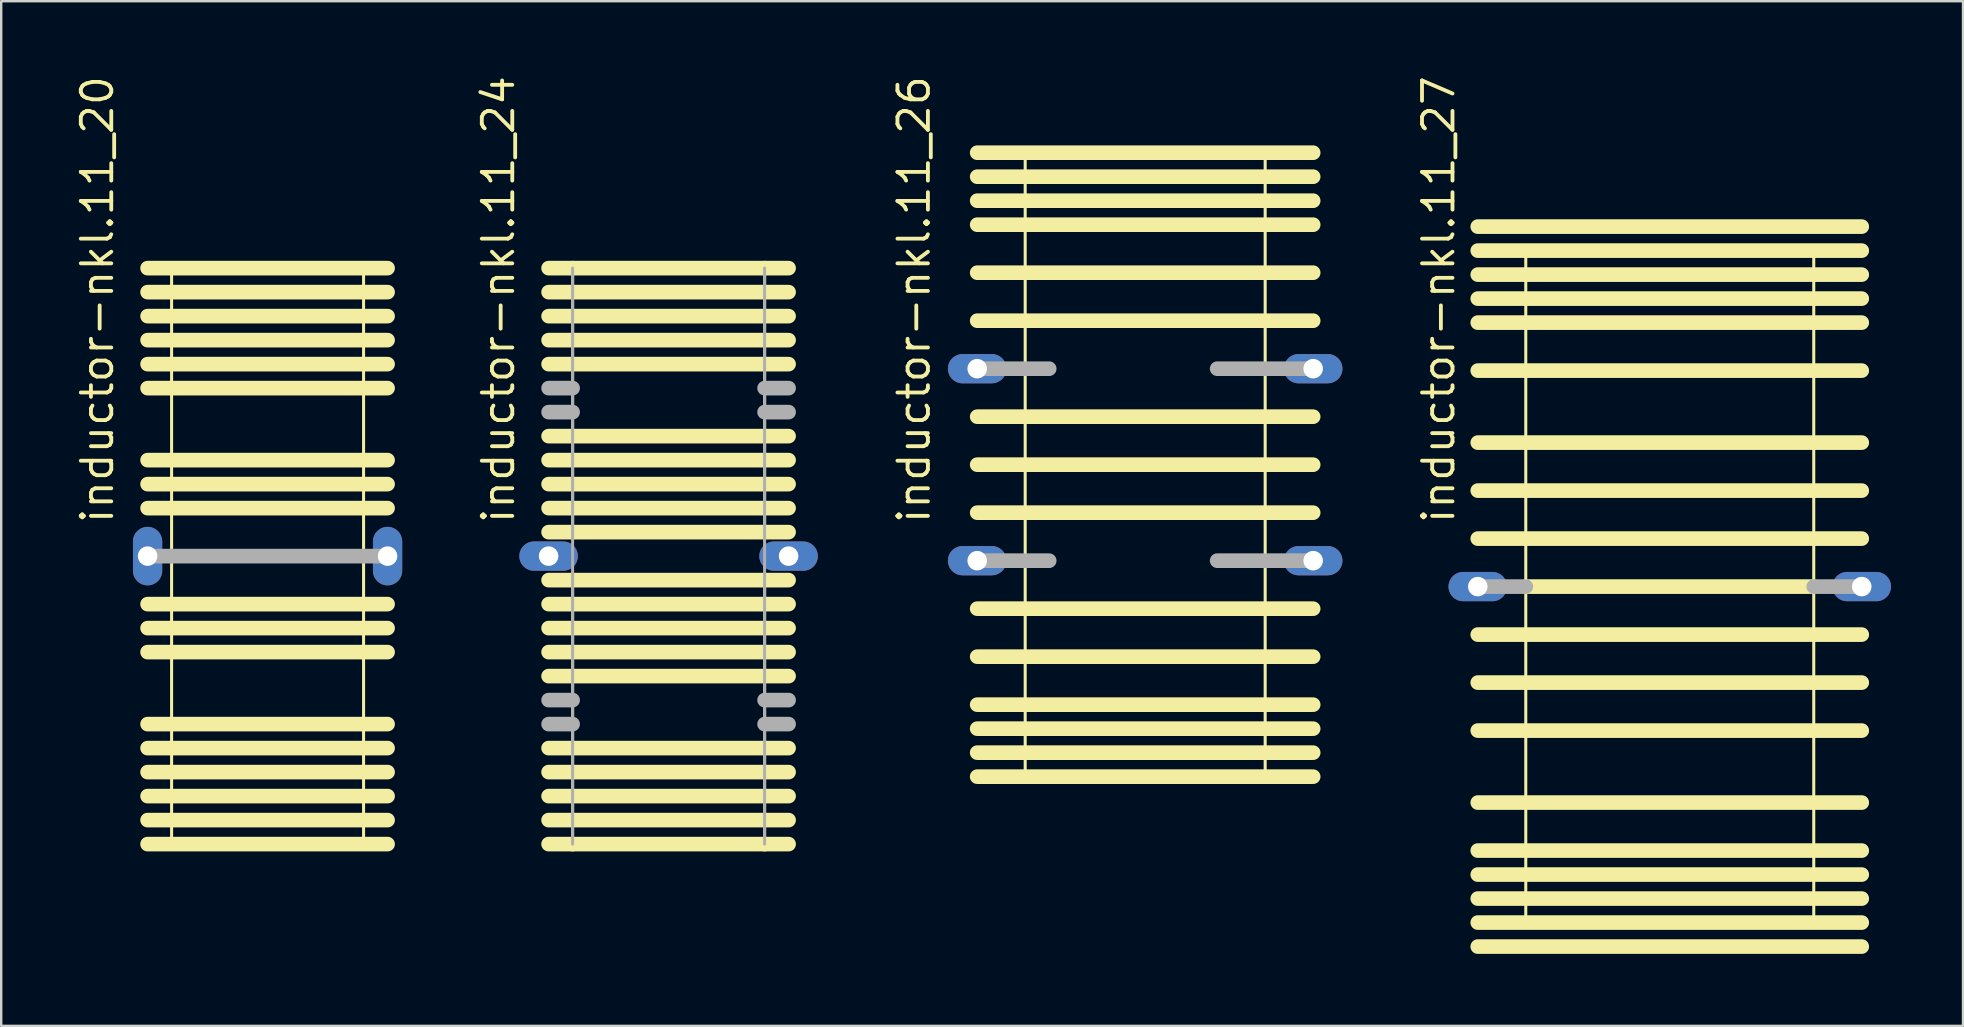
<source format=kicad_pcb>
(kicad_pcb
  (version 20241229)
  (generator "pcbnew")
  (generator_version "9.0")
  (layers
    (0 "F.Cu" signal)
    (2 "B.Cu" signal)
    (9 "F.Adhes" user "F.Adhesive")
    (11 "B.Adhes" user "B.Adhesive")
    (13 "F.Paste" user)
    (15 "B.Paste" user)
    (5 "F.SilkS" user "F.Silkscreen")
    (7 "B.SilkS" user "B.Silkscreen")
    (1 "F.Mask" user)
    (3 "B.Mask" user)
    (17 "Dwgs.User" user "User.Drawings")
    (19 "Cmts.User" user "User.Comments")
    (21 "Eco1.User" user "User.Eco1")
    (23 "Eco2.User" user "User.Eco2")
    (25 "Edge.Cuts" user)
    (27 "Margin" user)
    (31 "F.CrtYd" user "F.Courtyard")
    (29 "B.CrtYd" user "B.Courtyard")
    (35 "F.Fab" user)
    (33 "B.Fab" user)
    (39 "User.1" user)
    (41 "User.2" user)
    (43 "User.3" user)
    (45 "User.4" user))
  (footprint "inductor-nkl.11_26"
    (layer "F.Cu")
    (at 44.669 16.313)
    (property "Reference" "inductor-nkl.11_26" (at -8.89 2.54 90) (layer "F.SilkS") (effects (font (size 1.27 1.27) (thickness 0.16)) (justify left bottom)))
    (attr through_hole)
    (fp_line (start -7 -13) (end 7 -13) (stroke (width 0.61) (type default)) (layer "F.SilkS"))
    (fp_line (start -7 -12) (end 7 -12) (stroke (width 0.61) (type default)) (layer "F.SilkS"))
    (fp_line (start -7 -11) (end 7 -11) (stroke (width 0.61) (type default)) (layer "F.SilkS"))
    (fp_line (start -7 -10) (end 7 -10) (stroke (width 0.61) (type default)) (layer "F.SilkS"))
    (fp_line (start -7 -8) (end 7 -8) (stroke (width 0.61) (type default)) (layer "F.SilkS"))
    (fp_line (start -7 -6) (end 7 -6) (stroke (width 0.61) (type default)) (layer "F.SilkS"))
    (fp_line (start -7 -2) (end 7 -2) (stroke (width 0.61) (type default)) (layer "F.SilkS"))
    (fp_line (start -7 0) (end 7 0) (stroke (width 0.61) (type default)) (layer "F.SilkS"))
    (fp_line (start -7 2) (end 7 2) (stroke (width 0.61) (type default)) (layer "F.SilkS"))
    (fp_line (start -7 6) (end 7 6) (stroke (width 0.61) (type default)) (layer "F.SilkS"))
    (fp_line (start -7 8) (end 7 8) (stroke (width 0.61) (type default)) (layer "F.SilkS"))
    (fp_line (start -7 10) (end 7 10) (stroke (width 0.61) (type default)) (layer "F.SilkS"))
    (fp_line (start -7 11) (end 7 11) (stroke (width 0.61) (type default)) (layer "F.SilkS"))
    (fp_line (start -7 12) (end 7 12) (stroke (width 0.61) (type default)) (layer "F.SilkS"))
    (fp_line (start -7 13) (end 7 13) (stroke (width 0.61) (type default)) (layer "F.SilkS"))
    (fp_line (start -5 -13) (end 5 -13) (stroke (width 0.127) (type default)) (layer "F.SilkS"))
    (fp_line (start -5 13) (end -5 -13) (stroke (width 0.127) (type default)) (layer "F.SilkS"))
    (fp_line (start 5 -13) (end 5 13) (stroke (width 0.127) (type default)) (layer "F.SilkS"))
    (fp_line (start 5 13) (end -5 13) (stroke (width 0.127) (type default)) (layer "F.SilkS"))
    (fp_line (start -7 -4) (end -4 -4) (stroke (width 0.61) (type default)) (layer "F.Fab"))
    (fp_line (start -7 4) (end -4 4) (stroke (width 0.61) (type default)) (layer "F.Fab"))
    (fp_line (start 3 -4) (end 7 -4) (stroke (width 0.61) (type default)) (layer "F.Fab"))
    (fp_line (start 3 4) (end 7 4) (stroke (width 0.61) (type default)) (layer "F.Fab"))
    (pad "1" thru_hole oval (at -7 -4) (size 2.438 1.219) (drill 0.813) (layers "*.Cu" "*.Mask"))
    (pad "2" thru_hole oval (at 7 -4) (size 2.438 1.219) (drill 0.813) (layers "*.Cu" "*.Mask"))
    (pad "3" thru_hole oval (at -7 4) (size 2.438 1.219) (drill 0.813) (layers "*.Cu" "*.Mask"))
    (pad "4" thru_hole oval (at 7 4) (size 2.438 1.219) (drill 0.813) (layers "*.Cu" "*.Mask")))
  (footprint "inductor-nkl.11_24"
    (layer "F.Cu")
    (at 24.81 20.123)
    (property "Reference" "inductor-nkl.11_24" (at -6.35 -1.27 90) (layer "F.SilkS") (effects (font (size 1.27 1.27) (thickness 0.16)) (justify left bottom)))
    (attr through_hole)
    (fp_line (start -5 -12) (end -4 -12) (stroke (width 0.61) (type default)) (layer "F.SilkS"))
    (fp_line (start -5 -11) (end 5 -11) (stroke (width 0.61) (type default)) (layer "F.SilkS"))
    (fp_line (start -5 -10) (end 5 -10) (stroke (width 0.61) (type default)) (layer "F.SilkS"))
    (fp_line (start -5 -9) (end 5 -9) (stroke (width 0.61) (type default)) (layer "F.SilkS"))
    (fp_line (start -5 -8) (end 5 -8) (stroke (width 0.61) (type default)) (layer "F.SilkS"))
    (fp_line (start -5 -5) (end 5 -5) (stroke (width 0.61) (type default)) (layer "F.SilkS"))
    (fp_line (start -5 -4) (end 5 -4) (stroke (width 0.61) (type default)) (layer "F.SilkS"))
    (fp_line (start -5 -3) (end 5 -3) (stroke (width 0.61) (type default)) (layer "F.SilkS"))
    (fp_line (start -5 -2) (end 5 -2) (stroke (width 0.61) (type default)) (layer "F.SilkS"))
    (fp_line (start -5 -1) (end 5 -1) (stroke (width 0.61) (type default)) (layer "F.SilkS"))
    (fp_line (start -5 1) (end 5 1) (stroke (width 0.61) (type default)) (layer "F.SilkS"))
    (fp_line (start -5 2) (end 5 2) (stroke (width 0.61) (type default)) (layer "F.SilkS"))
    (fp_line (start -5 3) (end 5 3) (stroke (width 0.61) (type default)) (layer "F.SilkS"))
    (fp_line (start -5 4) (end 5 4) (stroke (width 0.61) (type default)) (layer "F.SilkS"))
    (fp_line (start -5 5) (end 5 5) (stroke (width 0.61) (type default)) (layer "F.SilkS"))
    (fp_line (start -5 8) (end 5 8) (stroke (width 0.61) (type default)) (layer "F.SilkS"))
    (fp_line (start -5 9) (end 5 9) (stroke (width 0.61) (type default)) (layer "F.SilkS"))
    (fp_line (start -5 10) (end 5 10) (stroke (width 0.61) (type default)) (layer "F.SilkS"))
    (fp_line (start -5 11) (end 5 11) (stroke (width 0.61) (type default)) (layer "F.SilkS"))
    (fp_line (start -5 12) (end -4 12) (stroke (width 0.61) (type default)) (layer "F.SilkS"))
    (fp_line (start -4 -12) (end 4 -12) (stroke (width 0.61) (type default)) (layer "F.SilkS"))
    (fp_line (start -4 -0.7) (end -4 -12) (stroke (width 0.127) (type default)) (layer "F.SilkS"))
    (fp_line (start -4 12) (end -4 0.7) (stroke (width 0.127) (type default)) (layer "F.SilkS"))
    (fp_line (start -4 12) (end 4 12) (stroke (width 0.61) (type default)) (layer "F.SilkS"))
    (fp_line (start 4 -12) (end 4 -0.7) (stroke (width 0.127) (type default)) (layer "F.SilkS"))
    (fp_line (start 4 -12) (end 5 -12) (stroke (width 0.61) (type default)) (layer "F.SilkS"))
    (fp_line (start 4 0.7) (end 4 12) (stroke (width 0.127) (type default)) (layer "F.SilkS"))
    (fp_line (start 4 12) (end 5 12) (stroke (width 0.61) (type default)) (layer "F.SilkS"))
    (fp_line (start -5 -7) (end -4 -7) (stroke (width 0.61) (type default)) (layer "F.Fab"))
    (fp_line (start -5 -6) (end -4 -6) (stroke (width 0.61) (type default)) (layer "F.Fab"))
    (fp_line (start -5 6) (end -4 6) (stroke (width 0.61) (type default)) (layer "F.Fab"))
    (fp_line (start -5 7) (end -4 7) (stroke (width 0.61) (type default)) (layer "F.Fab"))
    (fp_line (start -4 12) (end -4 -12) (stroke (width 0.127) (type default)) (layer "F.Fab"))
    (fp_line (start 4 -12) (end 4 12) (stroke (width 0.127) (type default)) (layer "F.Fab"))
    (fp_line (start 4 -7) (end 5 -7) (stroke (width 0.61) (type default)) (layer "F.Fab"))
    (fp_line (start 4 -6) (end 5 -6) (stroke (width 0.61) (type default)) (layer "F.Fab"))
    (fp_line (start 4 6) (end 5 6) (stroke (width 0.61) (type default)) (layer "F.Fab"))
    (fp_line (start 4 7) (end 5 7) (stroke (width 0.61) (type default)) (layer "F.Fab"))
    (pad "1" thru_hole oval (at -5 0) (size 2.438 1.219) (drill 0.813) (layers "*.Cu" "*.Mask"))
    (pad "2" thru_hole oval (at 5 0) (size 2.438 1.219) (drill 0.813) (layers "*.Cu" "*.Mask")))
  (footprint "inductor-nkl.11_27"
    (layer "F.Cu")
    (at 66.528 21.393)
    (property "Reference" "inductor-nkl.11_27" (at -8.89 -2.54 90) (layer "F.SilkS") (effects (font (size 1.27 1.27) (thickness 0.16)) (justify left bottom)))
    (attr through_hole)
    (fp_line (start -8 -15) (end 8 -15) (stroke (width 0.61) (type default)) (layer "F.SilkS"))
    (fp_line (start -8 -14) (end 8 -14) (stroke (width 0.61) (type default)) (layer "F.SilkS"))
    (fp_line (start -8 -13) (end 8 -13) (stroke (width 0.61) (type default)) (layer "F.SilkS"))
    (fp_line (start -8 -12) (end 8 -12) (stroke (width 0.61) (type default)) (layer "F.SilkS"))
    (fp_line (start -8 -11) (end 8 -11) (stroke (width 0.61) (type default)) (layer "F.SilkS"))
    (fp_line (start -8 -9) (end 8 -9) (stroke (width 0.61) (type default)) (layer "F.SilkS"))
    (fp_line (start -8 -6) (end 8 -6) (stroke (width 0.61) (type default)) (layer "F.SilkS"))
    (fp_line (start -8 -4) (end 8 -4) (stroke (width 0.61) (type default)) (layer "F.SilkS"))
    (fp_line (start -8 -2) (end 8 -2) (stroke (width 0.61) (type default)) (layer "F.SilkS"))
    (fp_line (start -8 2) (end 8 2) (stroke (width 0.61) (type default)) (layer "F.SilkS"))
    (fp_line (start -8 4) (end 8 4) (stroke (width 0.61) (type default)) (layer "F.SilkS"))
    (fp_line (start -8 6) (end 8 6) (stroke (width 0.61) (type default)) (layer "F.SilkS"))
    (fp_line (start -8 9) (end 8 9) (stroke (width 0.61) (type default)) (layer "F.SilkS"))
    (fp_line (start -8 11) (end 8 11) (stroke (width 0.61) (type default)) (layer "F.SilkS"))
    (fp_line (start -8 12) (end 8 12) (stroke (width 0.61) (type default)) (layer "F.SilkS"))
    (fp_line (start -8 13) (end 8 13) (stroke (width 0.61) (type default)) (layer "F.SilkS"))
    (fp_line (start -8 14) (end 8 14) (stroke (width 0.61) (type default)) (layer "F.SilkS"))
    (fp_line (start -8 15) (end 8 15) (stroke (width 0.61) (type default)) (layer "F.SilkS"))
    (fp_line (start -6 -14) (end 6 -14) (stroke (width 0.127) (type default)) (layer "F.SilkS"))
    (fp_line (start -6 0) (end -6 -14) (stroke (width 0.127) (type default)) (layer "F.SilkS"))
    (fp_line (start -6 0) (end 6 0) (stroke (width 0.61) (type default)) (layer "F.SilkS"))
    (fp_line (start -6 14) (end -6 0) (stroke (width 0.127) (type default)) (layer "F.SilkS"))
    (fp_line (start 6 -14) (end 6 0) (stroke (width 0.127) (type default)) (layer "F.SilkS"))
    (fp_line (start 6 0) (end 6 14) (stroke (width 0.127) (type default)) (layer "F.SilkS"))
    (fp_line (start 6 14) (end -6 14) (stroke (width 0.127) (type default)) (layer "F.SilkS"))
    (fp_line (start -8 0) (end -6 0) (stroke (width 0.61) (type default)) (layer "F.Fab"))
    (fp_line (start 6 0) (end 8 0) (stroke (width 0.61) (type default)) (layer "F.Fab"))
    (pad "1" thru_hole oval (at -8 0) (size 2.438 1.219) (drill 0.813) (layers "*.Cu" "*.Mask"))
    (pad "2" thru_hole oval (at 8 0) (size 2.438 1.219) (drill 0.813) (layers "*.Cu" "*.Mask")))
  (footprint "inductor-nkl.11_20"
    (layer "F.Cu")
    (at 8.1 20.123)
    (property "Reference" "inductor-nkl.11_20" (at -6.35 -1.27 90) (layer "F.SilkS") (effects (font (size 1.27 1.27) (thickness 0.16)) (justify left bottom)))
    (attr through_hole)
    (fp_line (start -5 -12) (end 5 -12) (stroke (width 0.61) (type default)) (layer "F.SilkS"))
    (fp_line (start -5 -11) (end 5 -11) (stroke (width 0.61) (type default)) (layer "F.SilkS"))
    (fp_line (start -5 -10) (end 5 -10) (stroke (width 0.61) (type default)) (layer "F.SilkS"))
    (fp_line (start -5 -9) (end 5 -9) (stroke (width 0.61) (type default)) (layer "F.SilkS"))
    (fp_line (start -5 -8) (end 5 -8) (stroke (width 0.61) (type default)) (layer "F.SilkS"))
    (fp_line (start -5 -7) (end 5 -7) (stroke (width 0.61) (type default)) (layer "F.SilkS"))
    (fp_line (start -5 -4) (end 5 -4) (stroke (width 0.61) (type default)) (layer "F.SilkS"))
    (fp_line (start -5 -3) (end 5 -3) (stroke (width 0.61) (type default)) (layer "F.SilkS"))
    (fp_line (start -5 -2) (end 5 -2) (stroke (width 0.61) (type default)) (layer "F.SilkS"))
    (fp_line (start -5 2) (end 5 2) (stroke (width 0.61) (type default)) (layer "F.SilkS"))
    (fp_line (start -5 3) (end 5 3) (stroke (width 0.61) (type default)) (layer "F.SilkS"))
    (fp_line (start -5 4) (end 5 4) (stroke (width 0.61) (type default)) (layer "F.SilkS"))
    (fp_line (start -5 7) (end 5 7) (stroke (width 0.61) (type default)) (layer "F.SilkS"))
    (fp_line (start -5 8) (end 5 8) (stroke (width 0.61) (type default)) (layer "F.SilkS"))
    (fp_line (start -5 9) (end 5 9) (stroke (width 0.61) (type default)) (layer "F.SilkS"))
    (fp_line (start -5 10) (end 5 10) (stroke (width 0.61) (type default)) (layer "F.SilkS"))
    (fp_line (start -5 11) (end 5 11) (stroke (width 0.61) (type default)) (layer "F.SilkS"))
    (fp_line (start -5 12) (end 5 12) (stroke (width 0.61) (type default)) (layer "F.SilkS"))
    (fp_line (start -4 -12) (end -4 12) (stroke (width 0.127) (type default)) (layer "F.SilkS"))
    (fp_line (start -4 12) (end 4 12) (stroke (width 0.127) (type default)) (layer "F.SilkS"))
    (fp_line (start 4 -12) (end -4 -12) (stroke (width 0.127) (type default)) (layer "F.SilkS"))
    (fp_line (start 4 12) (end 4 -12) (stroke (width 0.127) (type default)) (layer "F.SilkS"))
    (fp_line (start -5 0) (end -4 0) (stroke (width 0.61) (type default)) (layer "F.Fab"))
    (fp_line (start -4 0) (end 4 0) (stroke (width 0.61) (type default)) (layer "F.Fab"))
    (fp_line (start 4 0) (end 5 0) (stroke (width 0.61) (type default)) (layer "F.Fab"))
    (pad "1" thru_hole oval (at -5 0 90) (size 2.438 1.219) (drill 0.813) (layers "*.Cu" "*.Mask"))
    (pad "2" thru_hole oval (at 5 0 90) (size 2.438 1.219) (drill 0.813) (layers "*.Cu" "*.Mask")))
  (gr_rect
    (start -3 -3)
    (end 78.747 39.697)
    (stroke (width 0.1) (type default))
    (fill no)
    (layer "Edge.Cuts")))
</source>
